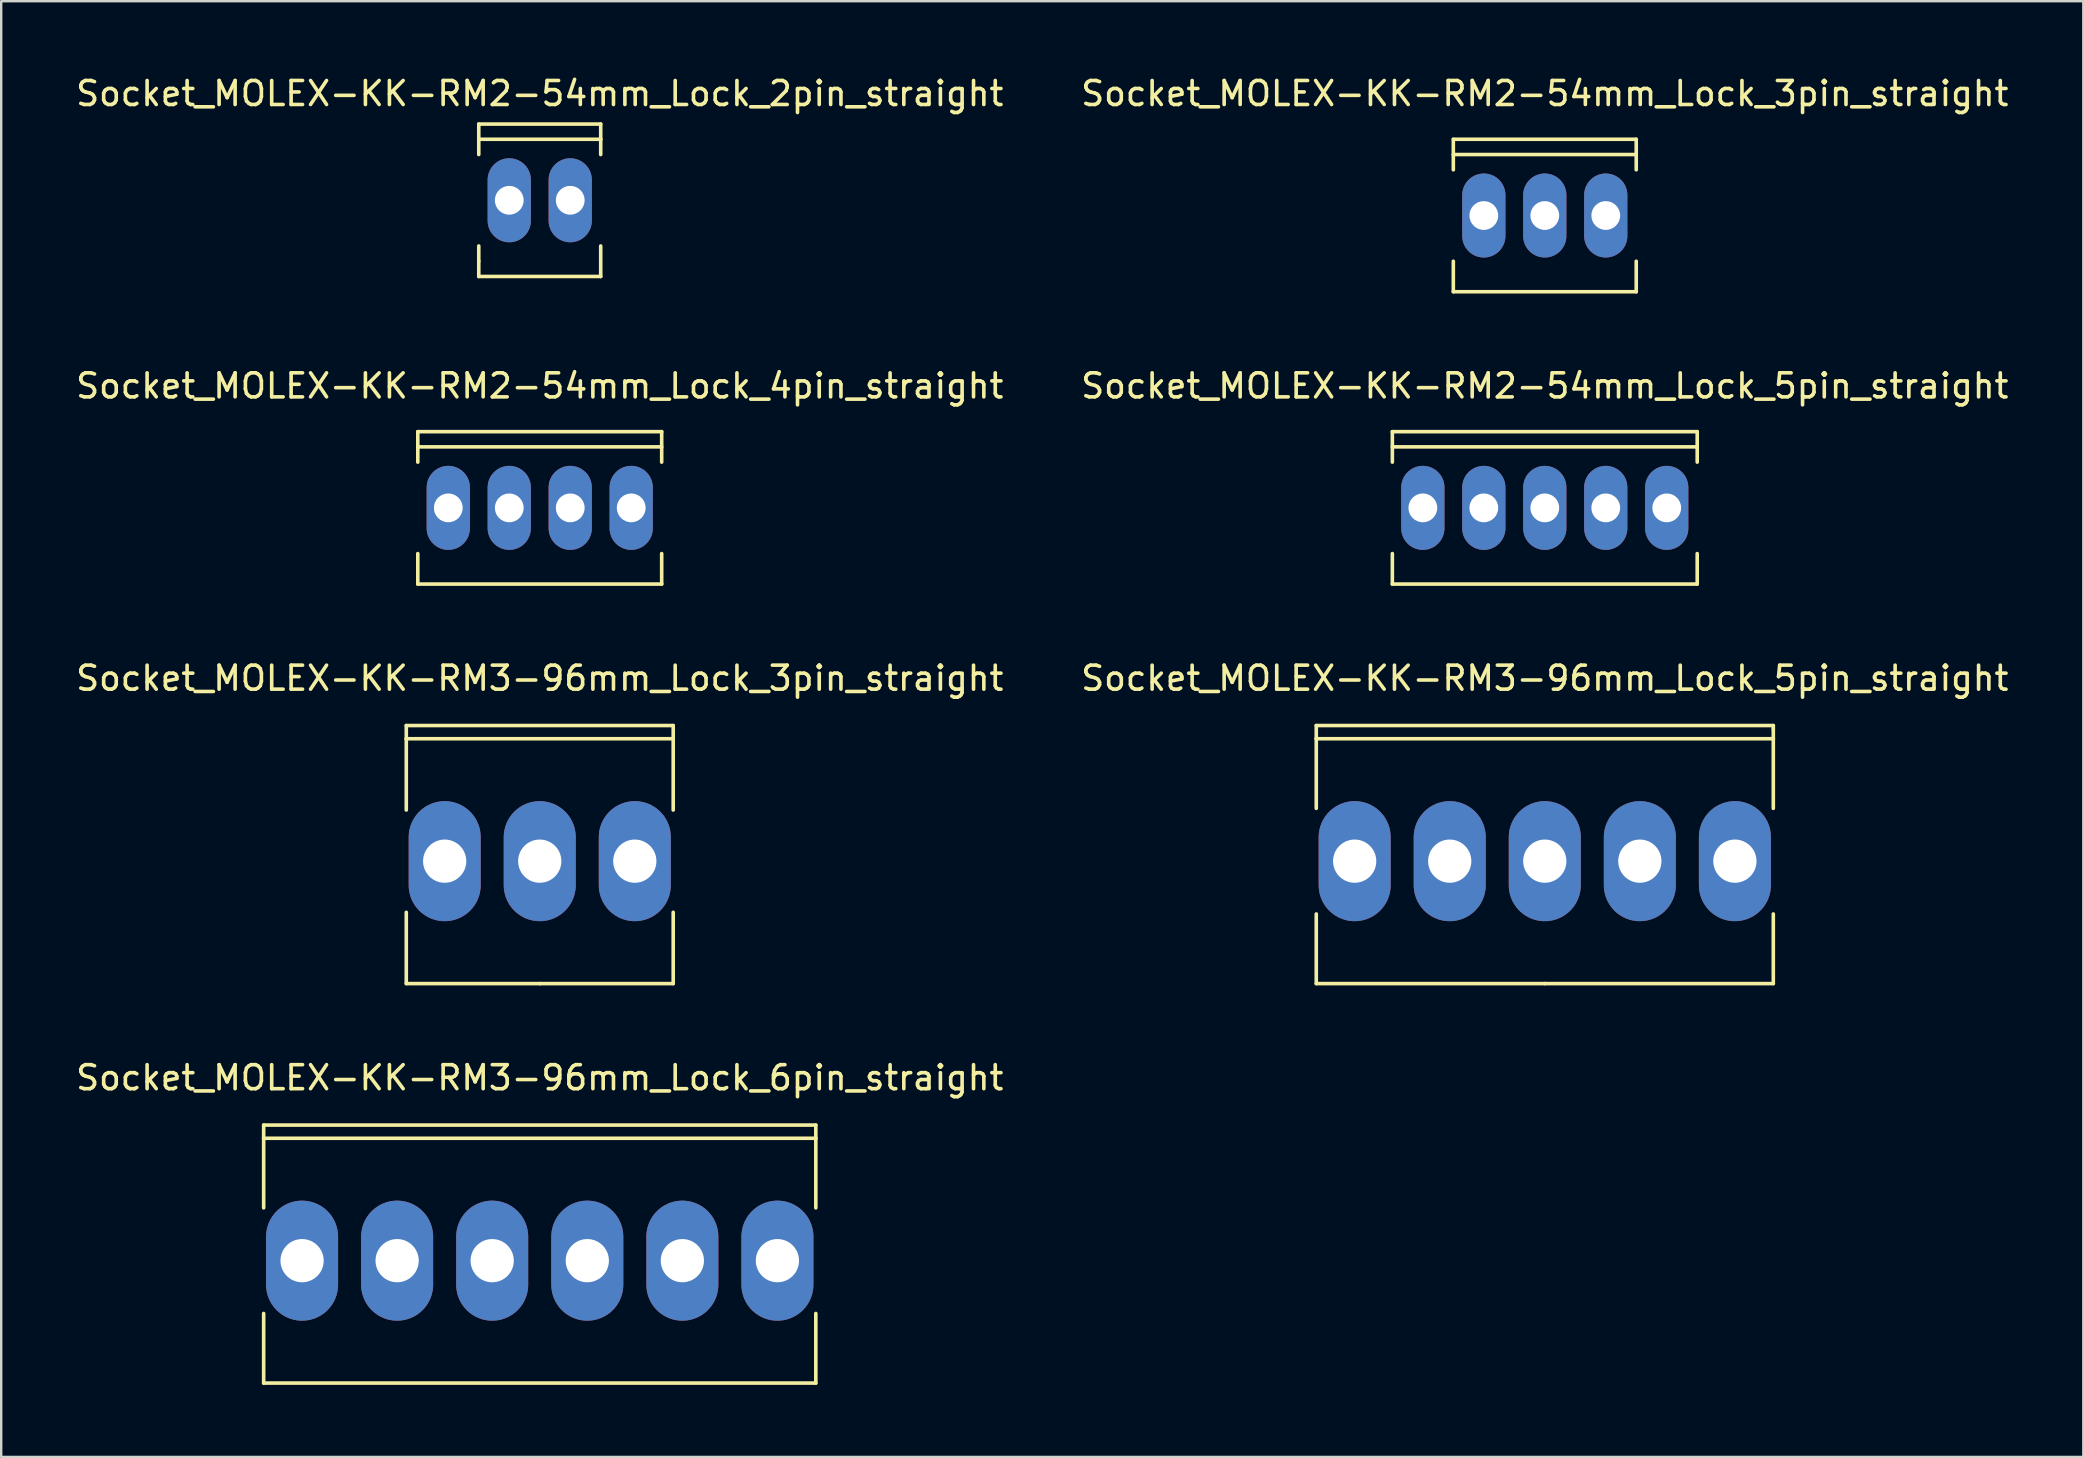
<source format=kicad_pcb>
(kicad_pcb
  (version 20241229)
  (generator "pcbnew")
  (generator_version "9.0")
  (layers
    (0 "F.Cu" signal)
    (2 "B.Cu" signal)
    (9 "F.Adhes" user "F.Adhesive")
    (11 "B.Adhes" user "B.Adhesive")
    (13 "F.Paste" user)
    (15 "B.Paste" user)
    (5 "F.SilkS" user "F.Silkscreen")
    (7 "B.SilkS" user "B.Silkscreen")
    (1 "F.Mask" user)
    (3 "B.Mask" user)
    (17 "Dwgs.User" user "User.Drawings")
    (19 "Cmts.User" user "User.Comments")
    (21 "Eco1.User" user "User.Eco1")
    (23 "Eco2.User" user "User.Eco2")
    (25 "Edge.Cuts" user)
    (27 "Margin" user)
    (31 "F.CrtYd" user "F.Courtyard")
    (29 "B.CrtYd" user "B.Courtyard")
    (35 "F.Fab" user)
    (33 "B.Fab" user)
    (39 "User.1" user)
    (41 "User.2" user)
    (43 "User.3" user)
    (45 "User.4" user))
  (footprint "Socket_MOLEX-KK-RM3-96mm_Lock_5pin_straight"
    (layer "F.Cu")
    (at 61.304 32.825)
    (property "Reference" "Socket_MOLEX-KK-RM3-96mm_Lock_5pin_straight" (at 0 -7.62 0) (layer "F.SilkS") (effects (font (size 1 1) (thickness 0.15))))
    (attr through_hole)
    (fp_line (start -9.52 -5.649) (end -9.52 -5.1) (stroke (width 0.15) (type solid)) (layer "F.SilkS"))
    (fp_line (start -9.52 -5.1) (end -9.52 -2.2) (stroke (width 0.15) (type solid)) (layer "F.SilkS"))
    (fp_line (start -9.52 2.2) (end -9.52 5.1) (stroke (width 0.15) (type solid)) (layer "F.SilkS"))
    (fp_line (start -9.52 5.1) (end 0 5.1) (stroke (width 0.15) (type solid)) (layer "F.SilkS"))
    (fp_line (start 0 5.1) (end 9.52 5.1) (stroke (width 0.15) (type solid)) (layer "F.SilkS"))
    (fp_line (start 9.52 -5.649) (end -9.52 -5.649) (stroke (width 0.15) (type solid)) (layer "F.SilkS"))
    (fp_line (start 9.52 -5.499) (end 9.52 -5.649) (stroke (width 0.15) (type solid)) (layer "F.SilkS"))
    (fp_line (start 9.52 -5.1) (end -9.52 -5.1) (stroke (width 0.15) (type solid)) (layer "F.SilkS"))
    (fp_line (start 9.52 -5.1) (end 9.52 -5.499) (stroke (width 0.15) (type solid)) (layer "F.SilkS"))
    (fp_line (start 9.52 -2.2) (end 9.52 -5.1) (stroke (width 0.15) (type solid)) (layer "F.SilkS"))
    (fp_line (start 9.52 5.1) (end 9.52 2.2) (stroke (width 0.15) (type solid)) (layer "F.SilkS"))
    (pad "1" thru_hole oval (at -7.92 0) (size 3 5.001) (drill 1.801) (layers "*.Cu" "*.Mask"))
    (pad "2" thru_hole oval (at -3.96 0) (size 3 5.001) (drill 1.801) (layers "*.Cu" "*.Mask"))
    (pad "3" thru_hole oval (at 0 0) (size 3 5.001) (drill 1.801) (layers "*.Cu" "*.Mask"))
    (pad "4" thru_hole oval (at 3.96 0) (size 3 5.001) (drill 1.801) (layers "*.Cu" "*.Mask"))
    (pad "5" thru_hole oval (at 7.92 0) (size 3 5.001) (drill 1.801) (layers "*.Cu" "*.Mask")))
  (footprint "Socket_MOLEX-KK-RM3-96mm_Lock_3pin_straight"
    (layer "F.Cu")
    (at 19.435 32.825)
    (property "Reference" "Socket_MOLEX-KK-RM3-96mm_Lock_3pin_straight" (at 0 -7.62 0) (layer "F.SilkS") (effects (font (size 1 1) (thickness 0.15))))
    (attr through_hole)
    (fp_line (start -5.56 -5.649) (end -5.56 -5.1) (stroke (width 0.15) (type solid)) (layer "F.SilkS"))
    (fp_line (start -5.56 -5.1) (end -5.56 -2.131) (stroke (width 0.15) (type solid)) (layer "F.SilkS"))
    (fp_line (start -5.56 2.131) (end -5.56 5.1) (stroke (width 0.15) (type solid)) (layer "F.SilkS"))
    (fp_line (start -5.56 5.1) (end 0 5.1) (stroke (width 0.15) (type solid)) (layer "F.SilkS"))
    (fp_line (start 0 5.1) (end 5.56 5.1) (stroke (width 0.15) (type solid)) (layer "F.SilkS"))
    (fp_line (start 5.56 -5.649) (end -5.56 -5.649) (stroke (width 0.15) (type solid)) (layer "F.SilkS"))
    (fp_line (start 5.56 -5.1) (end -5.56 -5.1) (stroke (width 0.15) (type solid)) (layer "F.SilkS"))
    (fp_line (start 5.56 -5.1) (end 5.56 -5.649) (stroke (width 0.15) (type solid)) (layer "F.SilkS"))
    (fp_line (start 5.56 -2.131) (end 5.56 -5.1) (stroke (width 0.15) (type solid)) (layer "F.SilkS"))
    (fp_line (start 5.56 5.1) (end 5.56 2.131) (stroke (width 0.15) (type solid)) (layer "F.SilkS"))
    (pad "1" thru_hole oval (at -3.96 0) (size 3 5.001) (drill 1.801) (layers "*.Cu" "*.Mask"))
    (pad "2" thru_hole oval (at 0 0) (size 3 5.001) (drill 1.801) (layers "*.Cu" "*.Mask"))
    (pad "3" thru_hole oval (at 3.96 0) (size 3 5.001) (drill 1.801) (layers "*.Cu" "*.Mask")))
  (footprint "Socket_MOLEX-KK-RM2-54mm_Lock_2pin_straight"
    (layer "F.Cu")
    (at 19.435 5.293)
    (property "Reference" "Socket_MOLEX-KK-RM2-54mm_Lock_2pin_straight" (at 0 -4.445 0) (layer "F.SilkS") (effects (font (size 1 1) (thickness 0.15))))
    (attr through_hole)
    (fp_line (start -2.54 -3.175) (end 2.54 -3.175) (stroke (width 0.15) (type solid)) (layer "F.SilkS"))
    (fp_line (start -2.54 -2.54) (end -2.54 -3.175) (stroke (width 0.15) (type solid)) (layer "F.SilkS"))
    (fp_line (start -2.54 -2.54) (end -2.54 -1.905) (stroke (width 0.15) (type solid)) (layer "F.SilkS"))
    (fp_line (start -2.54 -2.54) (end 2.54 -2.54) (stroke (width 0.15) (type solid)) (layer "F.SilkS"))
    (fp_line (start -2.54 2.54) (end -2.54 1.905) (stroke (width 0.15) (type solid)) (layer "F.SilkS"))
    (fp_line (start -2.54 3.175) (end -2.54 2.54) (stroke (width 0.15) (type solid)) (layer "F.SilkS"))
    (fp_line (start 2.54 -3.175) (end 2.54 -2.54) (stroke (width 0.15) (type solid)) (layer "F.SilkS"))
    (fp_line (start 2.54 -2.54) (end 2.54 -1.905) (stroke (width 0.15) (type solid)) (layer "F.SilkS"))
    (fp_line (start 2.54 3.175) (end -2.54 3.175) (stroke (width 0.15) (type solid)) (layer "F.SilkS"))
    (fp_line (start 2.54 3.175) (end 2.54 1.905) (stroke (width 0.15) (type solid)) (layer "F.SilkS"))
    (pad "1" thru_hole oval (at -1.27 0) (size 1.801 3.5) (drill 1.199) (layers "*.Cu" "*.Mask"))
    (pad "2" thru_hole oval (at 1.27 0) (size 1.801 3.5) (drill 1.199) (layers "*.Cu" "*.Mask")))
  (footprint "Socket_MOLEX-KK-RM3-96mm_Lock_6pin_straight"
    (layer "F.Cu")
    (at 19.435 49.468)
    (property "Reference" "Socket_MOLEX-KK-RM3-96mm_Lock_6pin_straight" (at 0 -7.62 0) (layer "F.SilkS") (effects (font (size 1 1) (thickness 0.15))))
    (attr through_hole)
    (fp_line (start -11.501 -5.649) (end -11.501 -5.1) (stroke (width 0.15) (type solid)) (layer "F.SilkS"))
    (fp_line (start -11.501 -5.1) (end -11.501 -2.2) (stroke (width 0.15) (type solid)) (layer "F.SilkS"))
    (fp_line (start -11.501 2.2) (end -11.501 5.1) (stroke (width 0.15) (type solid)) (layer "F.SilkS"))
    (fp_line (start -11.501 5.1) (end 11.501 5.1) (stroke (width 0.15) (type solid)) (layer "F.SilkS"))
    (fp_line (start 11.501 -5.649) (end -11.501 -5.649) (stroke (width 0.15) (type solid)) (layer "F.SilkS"))
    (fp_line (start 11.501 -5.1) (end -11.501 -5.1) (stroke (width 0.15) (type solid)) (layer "F.SilkS"))
    (fp_line (start 11.501 -5.1) (end 11.501 -5.649) (stroke (width 0.15) (type solid)) (layer "F.SilkS"))
    (fp_line (start 11.501 -2.2) (end 11.501 -5.1) (stroke (width 0.15) (type solid)) (layer "F.SilkS"))
    (fp_line (start 11.501 5.1) (end 11.501 2.2) (stroke (width 0.15) (type solid)) (layer "F.SilkS"))
    (pad "1" thru_hole oval (at -9.901 0) (size 3 5.001) (drill 1.801) (layers "*.Cu" "*.Mask"))
    (pad "2" thru_hole oval (at -5.941 0) (size 3 5.001) (drill 1.801) (layers "*.Cu" "*.Mask"))
    (pad "3" thru_hole oval (at -1.981 0) (size 3 5.001) (drill 1.801) (layers "*.Cu" "*.Mask"))
    (pad "4" thru_hole oval (at 1.981 0) (size 3 5.001) (drill 1.801) (layers "*.Cu" "*.Mask"))
    (pad "5" thru_hole oval (at 5.941 0) (size 3 5.001) (drill 1.801) (layers "*.Cu" "*.Mask"))
    (pad "6" thru_hole oval (at 9.901 0) (size 3 5.001) (drill 1.801) (layers "*.Cu" "*.Mask")))
  (footprint "Socket_MOLEX-KK-RM2-54mm_Lock_5pin_straight"
    (layer "F.Cu")
    (at 61.304 18.107)
    (property "Reference" "Socket_MOLEX-KK-RM2-54mm_Lock_5pin_straight" (at 0 -5.08 0) (layer "F.SilkS") (effects (font (size 1 1) (thickness 0.15))))
    (attr through_hole)
    (fp_line (start -6.35 -3.175) (end 6.35 -3.175) (stroke (width 0.15) (type solid)) (layer "F.SilkS"))
    (fp_line (start -6.35 -1.905) (end -6.35 -3.175) (stroke (width 0.15) (type solid)) (layer "F.SilkS"))
    (fp_line (start -6.35 3.175) (end -6.35 1.905) (stroke (width 0.15) (type solid)) (layer "F.SilkS"))
    (fp_line (start 6.35 -2.54) (end -6.35 -2.54) (stroke (width 0.15) (type solid)) (layer "F.SilkS"))
    (fp_line (start 6.35 -1.905) (end 6.35 -3.175) (stroke (width 0.15) (type solid)) (layer "F.SilkS"))
    (fp_line (start 6.35 3.175) (end -6.35 3.175) (stroke (width 0.15) (type solid)) (layer "F.SilkS"))
    (fp_line (start 6.35 3.175) (end 6.35 1.905) (stroke (width 0.15) (type solid)) (layer "F.SilkS"))
    (pad "1" thru_hole oval (at -5.08 0) (size 1.801 3.5) (drill 1.199) (layers "*.Cu" "*.Mask"))
    (pad "2" thru_hole oval (at -2.54 0) (size 1.801 3.5) (drill 1.199) (layers "*.Cu" "*.Mask"))
    (pad "3" thru_hole oval (at 0 0) (size 1.801 3.5) (drill 1.199) (layers "*.Cu" "*.Mask"))
    (pad "4" thru_hole oval (at 2.54 0) (size 1.801 3.5) (drill 1.199) (layers "*.Cu" "*.Mask"))
    (pad "5" thru_hole oval (at 5.08 0) (size 1.801 3.5) (drill 1.199) (layers "*.Cu" "*.Mask")))
  (footprint "Socket_MOLEX-KK-RM2-54mm_Lock_3pin_straight"
    (layer "F.Cu")
    (at 61.304 5.928)
    (property "Reference" "Socket_MOLEX-KK-RM2-54mm_Lock_3pin_straight" (at 0 -5.08 0) (layer "F.SilkS") (effects (font (size 1 1) (thickness 0.15))))
    (attr through_hole)
    (fp_line (start -3.81 -3.175) (end 3.81 -3.175) (stroke (width 0.15) (type solid)) (layer "F.SilkS"))
    (fp_line (start -3.81 -1.905) (end -3.81 -3.175) (stroke (width 0.15) (type solid)) (layer "F.SilkS"))
    (fp_line (start -3.81 3.175) (end -3.81 1.905) (stroke (width 0.15) (type solid)) (layer "F.SilkS"))
    (fp_line (start 3.81 -3.175) (end 3.81 -1.905) (stroke (width 0.15) (type solid)) (layer "F.SilkS"))
    (fp_line (start 3.81 -2.54) (end -3.81 -2.54) (stroke (width 0.15) (type solid)) (layer "F.SilkS"))
    (fp_line (start 3.81 1.905) (end 3.81 3.175) (stroke (width 0.15) (type solid)) (layer "F.SilkS"))
    (fp_line (start 3.81 3.175) (end -3.81 3.175) (stroke (width 0.15) (type solid)) (layer "F.SilkS"))
    (pad "1" thru_hole oval (at -2.54 0) (size 1.801 3.5) (drill 1.199) (layers "*.Cu" "*.Mask"))
    (pad "2" thru_hole oval (at 0 0) (size 1.801 3.5) (drill 1.199) (layers "*.Cu" "*.Mask"))
    (pad "3" thru_hole oval (at 2.54 0) (size 1.801 3.5) (drill 1.199) (layers "*.Cu" "*.Mask")))
  (footprint "Socket_MOLEX-KK-RM2-54mm_Lock_4pin_straight"
    (layer "F.Cu")
    (at 19.435 18.107)
    (property "Reference" "Socket_MOLEX-KK-RM2-54mm_Lock_4pin_straight" (at 0 -5.08 0) (layer "F.SilkS") (effects (font (size 1 1) (thickness 0.15))))
    (attr through_hole)
    (fp_line (start -5.08 -3.175) (end 5.08 -3.175) (stroke (width 0.15) (type solid)) (layer "F.SilkS"))
    (fp_line (start -5.08 -1.905) (end -5.08 -3.175) (stroke (width 0.15) (type solid)) (layer "F.SilkS"))
    (fp_line (start -5.08 3.175) (end -5.08 1.905) (stroke (width 0.15) (type solid)) (layer "F.SilkS"))
    (fp_line (start 5.08 -3.175) (end 5.08 -1.905) (stroke (width 0.15) (type solid)) (layer "F.SilkS"))
    (fp_line (start 5.08 -2.54) (end -5.08 -2.54) (stroke (width 0.15) (type solid)) (layer "F.SilkS"))
    (fp_line (start 5.08 1.905) (end 5.08 3.175) (stroke (width 0.15) (type solid)) (layer "F.SilkS"))
    (fp_line (start 5.08 3.175) (end -5.08 3.175) (stroke (width 0.15) (type solid)) (layer "F.SilkS"))
    (pad "1" thru_hole oval (at -3.81 0) (size 1.801 3.5) (drill 1.199) (layers "*.Cu" "*.Mask"))
    (pad "2" thru_hole oval (at -1.27 0) (size 1.801 3.5) (drill 1.199) (layers "*.Cu" "*.Mask"))
    (pad "3" thru_hole oval (at 1.27 0) (size 1.801 3.5) (drill 1.199) (layers "*.Cu" "*.Mask"))
    (pad "4" thru_hole oval (at 3.81 0) (size 1.801 3.5) (drill 1.199) (layers "*.Cu" "*.Mask")))
  (gr_rect
    (start -3 -3)
    (end 83.738 57.644)
    (stroke (width 0.1) (type default))
    (fill no)
    (layer "Edge.Cuts")))
</source>
